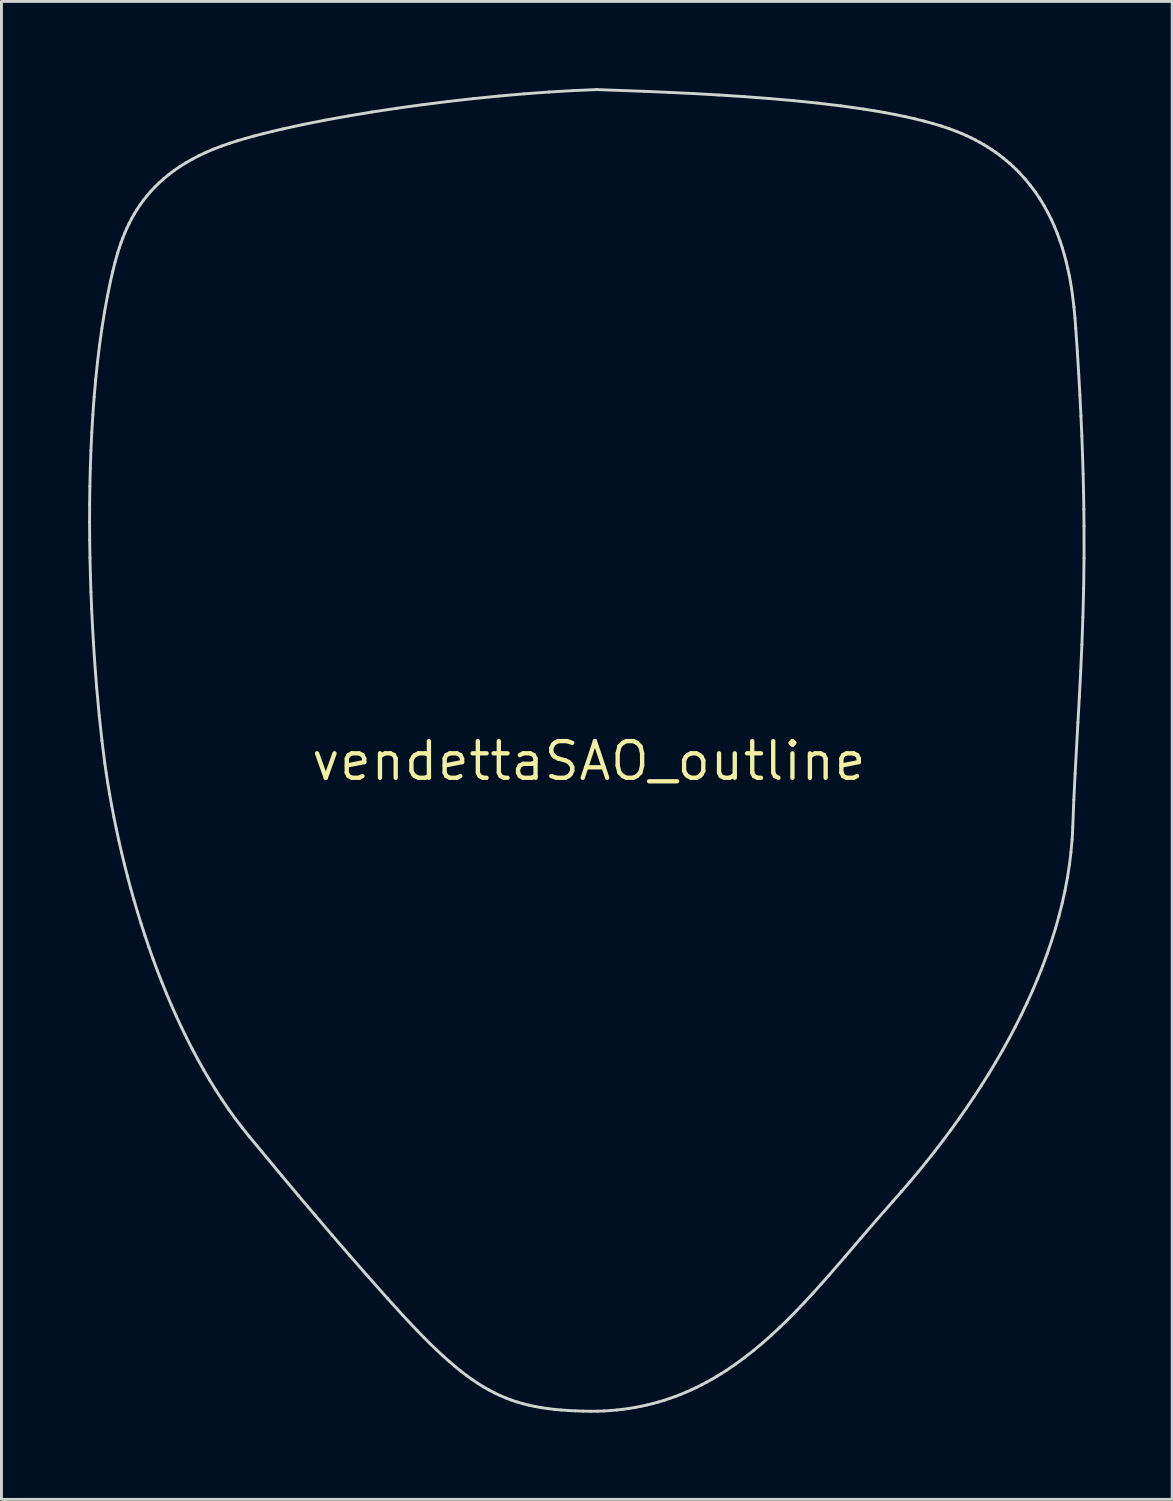
<source format=kicad_pcb>
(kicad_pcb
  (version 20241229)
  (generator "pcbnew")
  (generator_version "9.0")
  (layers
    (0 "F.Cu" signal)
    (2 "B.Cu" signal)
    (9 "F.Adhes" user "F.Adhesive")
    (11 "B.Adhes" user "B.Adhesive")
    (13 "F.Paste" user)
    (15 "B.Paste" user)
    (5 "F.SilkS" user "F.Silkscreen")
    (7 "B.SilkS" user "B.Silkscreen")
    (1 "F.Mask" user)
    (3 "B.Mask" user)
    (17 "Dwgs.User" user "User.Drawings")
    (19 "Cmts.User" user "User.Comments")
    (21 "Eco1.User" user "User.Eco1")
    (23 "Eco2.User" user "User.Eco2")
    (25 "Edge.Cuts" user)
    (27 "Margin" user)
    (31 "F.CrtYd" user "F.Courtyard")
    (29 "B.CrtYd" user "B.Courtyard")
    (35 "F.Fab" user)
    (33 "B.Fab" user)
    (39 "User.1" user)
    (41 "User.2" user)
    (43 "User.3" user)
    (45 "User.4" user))
  (footprint "vendettaSAO_outline"
    (layer "F.Cu")
    (at 17.325 23.284)
    (property "Reference" "vendettaSAO_outline" (at 0 0 0) (layer "F.SilkS") (effects (font (size 1.27 1.27) (thickness 0.15))))
    (attr through_hole)
    (fp_line (start -17.275 -8.264) (end -17.271 -7.649) (stroke (width 0.1) (type solid)) (layer "Edge.Cuts"))
    (fp_line (start -17.273 -8.883) (end -17.275 -8.264) (stroke (width 0.1) (type solid)) (layer "Edge.Cuts"))
    (fp_line (start -17.271 -7.649) (end -17.262 -7.04) (stroke (width 0.1) (type solid)) (layer "Edge.Cuts"))
    (fp_line (start -17.265 -9.504) (end -17.273 -8.883) (stroke (width 0.1) (type solid)) (layer "Edge.Cuts"))
    (fp_line (start -17.262 -7.04) (end -17.247 -6.437) (stroke (width 0.1) (type solid)) (layer "Edge.Cuts"))
    (fp_line (start -17.25 -10.126) (end -17.265 -9.504) (stroke (width 0.1) (type solid)) (layer "Edge.Cuts"))
    (fp_line (start -17.247 -6.437) (end -17.228 -5.843) (stroke (width 0.1) (type solid)) (layer "Edge.Cuts"))
    (fp_line (start -17.228 -10.749) (end -17.25 -10.126) (stroke (width 0.1) (type solid)) (layer "Edge.Cuts"))
    (fp_line (start -17.228 -5.843) (end -17.204 -5.26) (stroke (width 0.1) (type solid)) (layer "Edge.Cuts"))
    (fp_line (start -17.204 -5.26) (end -17.176 -4.687) (stroke (width 0.1) (type solid)) (layer "Edge.Cuts"))
    (fp_line (start -17.199 -11.369) (end -17.228 -10.749) (stroke (width 0.1) (type solid)) (layer "Edge.Cuts"))
    (fp_line (start -17.176 -4.687) (end -17.144 -4.128) (stroke (width 0.1) (type solid)) (layer "Edge.Cuts"))
    (fp_line (start -17.162 -11.985) (end -17.199 -11.369) (stroke (width 0.1) (type solid)) (layer "Edge.Cuts"))
    (fp_line (start -17.144 -4.128) (end -17.109 -3.583) (stroke (width 0.1) (type solid)) (layer "Edge.Cuts"))
    (fp_line (start -17.117 -12.597) (end -17.162 -11.985) (stroke (width 0.1) (type solid)) (layer "Edge.Cuts"))
    (fp_line (start -17.109 -3.583) (end -17.071 -3.054) (stroke (width 0.1) (type solid)) (layer "Edge.Cuts"))
    (fp_line (start -17.071 -3.054) (end -17.03 -2.543) (stroke (width 0.1) (type solid)) (layer "Edge.Cuts"))
    (fp_line (start -17.064 -13.202) (end -17.117 -12.597) (stroke (width 0.1) (type solid)) (layer "Edge.Cuts"))
    (fp_line (start -17.03 -2.543) (end -16.942 -1.578) (stroke (width 0.1) (type solid)) (layer "Edge.Cuts"))
    (fp_line (start -17.002 -13.8) (end -17.064 -13.202) (stroke (width 0.1) (type solid)) (layer "Edge.Cuts"))
    (fp_line (start -16.942 -1.578) (end -16.847 -0.701) (stroke (width 0.1) (type solid)) (layer "Edge.Cuts"))
    (fp_line (start -16.931 -14.388) (end -17.002 -13.8) (stroke (width 0.1) (type solid)) (layer "Edge.Cuts"))
    (fp_line (start -16.85 -14.965) (end -16.931 -14.388) (stroke (width 0.1) (type solid)) (layer "Edge.Cuts"))
    (fp_line (start -16.847 -0.701) (end -16.749 0.076) (stroke (width 0.1) (type solid)) (layer "Edge.Cuts"))
    (fp_line (start -16.76 -15.53) (end -16.85 -14.965) (stroke (width 0.1) (type solid)) (layer "Edge.Cuts"))
    (fp_line (start -16.749 0.076) (end -16.699 0.423) (stroke (width 0.1) (type solid)) (layer "Edge.Cuts"))
    (fp_line (start -16.699 0.423) (end -16.65 0.742) (stroke (width 0.1) (type solid)) (layer "Edge.Cuts"))
    (fp_line (start -16.659 -16.081) (end -16.76 -15.53) (stroke (width 0.1) (type solid)) (layer "Edge.Cuts"))
    (fp_line (start -16.65 0.742) (end -16.583 1.138) (stroke (width 0.1) (type solid)) (layer "Edge.Cuts"))
    (fp_line (start -16.583 1.138) (end -16.511 1.538) (stroke (width 0.1) (type solid)) (layer "Edge.Cuts"))
    (fp_line (start -16.548 -16.617) (end -16.659 -16.081) (stroke (width 0.1) (type solid)) (layer "Edge.Cuts"))
    (fp_line (start -16.511 1.538) (end -16.434 1.941) (stroke (width 0.1) (type solid)) (layer "Edge.Cuts"))
    (fp_line (start -16.474 -16.939) (end -16.548 -16.617) (stroke (width 0.1) (type solid)) (layer "Edge.Cuts"))
    (fp_line (start -16.434 1.941) (end -16.351 2.346) (stroke (width 0.1) (type solid)) (layer "Edge.Cuts"))
    (fp_line (start -16.392 -17.267) (end -16.474 -16.939) (stroke (width 0.1) (type solid)) (layer "Edge.Cuts"))
    (fp_line (start -16.351 2.346) (end -16.263 2.754) (stroke (width 0.1) (type solid)) (layer "Edge.Cuts"))
    (fp_line (start -16.298 -17.599) (end -16.392 -17.267) (stroke (width 0.1) (type solid)) (layer "Edge.Cuts"))
    (fp_line (start -16.263 2.754) (end -16.169 3.163) (stroke (width 0.1) (type solid)) (layer "Edge.Cuts"))
    (fp_line (start -16.245 -17.765) (end -16.298 -17.599) (stroke (width 0.1) (type solid)) (layer "Edge.Cuts"))
    (fp_line (start -16.188 -17.932) (end -16.245 -17.765) (stroke (width 0.1) (type solid)) (layer "Edge.Cuts"))
    (fp_line (start -16.169 3.163) (end -16.07 3.573) (stroke (width 0.1) (type solid)) (layer "Edge.Cuts"))
    (fp_line (start -16.126 -18.099) (end -16.188 -17.932) (stroke (width 0.1) (type solid)) (layer "Edge.Cuts"))
    (fp_line (start -16.07 3.573) (end -15.966 3.985) (stroke (width 0.1) (type solid)) (layer "Edge.Cuts"))
    (fp_line (start -16.059 -18.266) (end -16.126 -18.099) (stroke (width 0.1) (type solid)) (layer "Edge.Cuts"))
    (fp_line (start -15.987 -18.432) (end -16.059 -18.266) (stroke (width 0.1) (type solid)) (layer "Edge.Cuts"))
    (fp_line (start -15.966 3.985) (end -15.856 4.396) (stroke (width 0.1) (type solid)) (layer "Edge.Cuts"))
    (fp_line (start -15.908 -18.598) (end -15.987 -18.432) (stroke (width 0.1) (type solid)) (layer "Edge.Cuts"))
    (fp_line (start -15.856 4.396) (end -15.74 4.808) (stroke (width 0.1) (type solid)) (layer "Edge.Cuts"))
    (fp_line (start -15.824 -18.762) (end -15.908 -18.598) (stroke (width 0.1) (type solid)) (layer "Edge.Cuts"))
    (fp_line (start -15.74 4.808) (end -15.619 5.219) (stroke (width 0.1) (type solid)) (layer "Edge.Cuts"))
    (fp_line (start -15.732 -18.925) (end -15.824 -18.762) (stroke (width 0.1) (type solid)) (layer "Edge.Cuts"))
    (fp_line (start -15.633 -19.087) (end -15.732 -18.925) (stroke (width 0.1) (type solid)) (layer "Edge.Cuts"))
    (fp_line (start -15.619 5.219) (end -15.492 5.629) (stroke (width 0.1) (type solid)) (layer "Edge.Cuts"))
    (fp_line (start -15.526 -19.247) (end -15.633 -19.087) (stroke (width 0.1) (type solid)) (layer "Edge.Cuts"))
    (fp_line (start -15.492 5.629) (end -15.36 6.038) (stroke (width 0.1) (type solid)) (layer "Edge.Cuts"))
    (fp_line (start -15.411 -19.405) (end -15.526 -19.247) (stroke (width 0.1) (type solid)) (layer "Edge.Cuts"))
    (fp_line (start -15.36 6.038) (end -15.222 6.445) (stroke (width 0.1) (type solid)) (layer "Edge.Cuts"))
    (fp_line (start -15.288 -19.561) (end -15.411 -19.405) (stroke (width 0.1) (type solid)) (layer "Edge.Cuts"))
    (fp_line (start -15.222 6.445) (end -15.079 6.851) (stroke (width 0.1) (type solid)) (layer "Edge.Cuts"))
    (fp_line (start -15.156 -19.715) (end -15.288 -19.561) (stroke (width 0.1) (type solid)) (layer "Edge.Cuts"))
    (fp_line (start -15.079 6.851) (end -14.93 7.253) (stroke (width 0.1) (type solid)) (layer "Edge.Cuts"))
    (fp_line (start -15.014 -19.865) (end -15.156 -19.715) (stroke (width 0.1) (type solid)) (layer "Edge.Cuts"))
    (fp_line (start -14.93 7.253) (end -14.775 7.652) (stroke (width 0.1) (type solid)) (layer "Edge.Cuts"))
    (fp_line (start -14.863 -20.013) (end -15.014 -19.865) (stroke (width 0.1) (type solid)) (layer "Edge.Cuts"))
    (fp_line (start -14.775 7.652) (end -14.614 8.048) (stroke (width 0.1) (type solid)) (layer "Edge.Cuts"))
    (fp_line (start -14.701 -20.158) (end -14.863 -20.013) (stroke (width 0.1) (type solid)) (layer "Edge.Cuts"))
    (fp_line (start -14.614 8.048) (end -14.448 8.44) (stroke (width 0.1) (type solid)) (layer "Edge.Cuts"))
    (fp_line (start -14.529 -20.299) (end -14.701 -20.158) (stroke (width 0.1) (type solid)) (layer "Edge.Cuts"))
    (fp_line (start -14.448 8.44) (end -14.276 8.828) (stroke (width 0.1) (type solid)) (layer "Edge.Cuts"))
    (fp_line (start -14.345 -20.437) (end -14.529 -20.299) (stroke (width 0.1) (type solid)) (layer "Edge.Cuts"))
    (fp_line (start -14.276 8.828) (end -14.098 9.211) (stroke (width 0.1) (type solid)) (layer "Edge.Cuts"))
    (fp_line (start -14.15 -20.571) (end -14.345 -20.437) (stroke (width 0.1) (type solid)) (layer "Edge.Cuts"))
    (fp_line (start -14.098 9.211) (end -13.914 9.589) (stroke (width 0.1) (type solid)) (layer "Edge.Cuts"))
    (fp_line (start -13.943 -20.7) (end -14.15 -20.571) (stroke (width 0.1) (type solid)) (layer "Edge.Cuts"))
    (fp_line (start -13.914 9.589) (end -13.725 9.961) (stroke (width 0.1) (type solid)) (layer "Edge.Cuts"))
    (fp_line (start -13.725 9.961) (end -13.53 10.327) (stroke (width 0.1) (type solid)) (layer "Edge.Cuts"))
    (fp_line (start -13.724 -20.825) (end -13.943 -20.7) (stroke (width 0.1) (type solid)) (layer "Edge.Cuts"))
    (fp_line (start -13.53 10.327) (end -13.328 10.687) (stroke (width 0.1) (type solid)) (layer "Edge.Cuts"))
    (fp_line (start -13.492 -20.946) (end -13.724 -20.825) (stroke (width 0.1) (type solid)) (layer "Edge.Cuts"))
    (fp_line (start -13.328 10.687) (end -13.121 11.04) (stroke (width 0.1) (type solid)) (layer "Edge.Cuts"))
    (fp_line (start -13.247 -21.062) (end -13.492 -20.946) (stroke (width 0.1) (type solid)) (layer "Edge.Cuts"))
    (fp_line (start -13.121 11.04) (end -12.908 11.385) (stroke (width 0.1) (type solid)) (layer "Edge.Cuts"))
    (fp_line (start -12.988 -21.172) (end -13.247 -21.062) (stroke (width 0.1) (type solid)) (layer "Edge.Cuts"))
    (fp_line (start -12.908 11.385) (end -12.689 11.723) (stroke (width 0.1) (type solid)) (layer "Edge.Cuts"))
    (fp_line (start -12.715 -21.277) (end -12.988 -21.172) (stroke (width 0.1) (type solid)) (layer "Edge.Cuts"))
    (fp_line (start -12.689 11.723) (end -12.464 12.053) (stroke (width 0.1) (type solid)) (layer "Edge.Cuts"))
    (fp_line (start -12.464 12.053) (end -12.233 12.374) (stroke (width 0.1) (type solid)) (layer "Edge.Cuts"))
    (fp_line (start -12.427 -21.377) (end -12.715 -21.277) (stroke (width 0.1) (type solid)) (layer "Edge.Cuts"))
    (fp_line (start -12.233 12.374) (end -11.996 12.686) (stroke (width 0.1) (type solid)) (layer "Edge.Cuts"))
    (fp_line (start -12.162 -21.461) (end -12.427 -21.377) (stroke (width 0.1) (type solid)) (layer "Edge.Cuts"))
    (fp_line (start -11.996 12.686) (end -11.753 12.989) (stroke (width 0.1) (type solid)) (layer "Edge.Cuts"))
    (fp_line (start -11.881 -21.544) (end -12.162 -21.461) (stroke (width 0.1) (type solid)) (layer "Edge.Cuts"))
    (fp_line (start -11.753 12.989) (end -10.624 14.35) (stroke (width 0.1) (type solid)) (layer "Edge.Cuts"))
    (fp_line (start -11.583 -21.627) (end -11.881 -21.544) (stroke (width 0.1) (type solid)) (layer "Edge.Cuts"))
    (fp_line (start -11.27 -21.708) (end -11.583 -21.627) (stroke (width 0.1) (type solid)) (layer "Edge.Cuts"))
    (fp_line (start -10.943 -21.789) (end -11.27 -21.708) (stroke (width 0.1) (type solid)) (layer "Edge.Cuts"))
    (fp_line (start -10.624 14.35) (end -10.054 15.03) (stroke (width 0.1) (type solid)) (layer "Edge.Cuts"))
    (fp_line (start -10.603 -21.869) (end -10.943 -21.789) (stroke (width 0.1) (type solid)) (layer "Edge.Cuts"))
    (fp_line (start -10.054 15.03) (end -9.474 15.715) (stroke (width 0.1) (type solid)) (layer "Edge.Cuts"))
    (fp_line (start -9.885 -22.026) (end -10.603 -21.869) (stroke (width 0.1) (type solid)) (layer "Edge.Cuts"))
    (fp_line (start -9.474 15.715) (end -8.88 16.41) (stroke (width 0.1) (type solid)) (layer "Edge.Cuts"))
    (fp_line (start -9.123 -22.177) (end -9.885 -22.026) (stroke (width 0.1) (type solid)) (layer "Edge.Cuts"))
    (fp_line (start -8.88 16.41) (end -8.267 17.12) (stroke (width 0.1) (type solid)) (layer "Edge.Cuts"))
    (fp_line (start -8.323 -22.321) (end -9.123 -22.177) (stroke (width 0.1) (type solid)) (layer "Edge.Cuts"))
    (fp_line (start -8.267 17.12) (end -7.63 17.847) (stroke (width 0.1) (type solid)) (layer "Edge.Cuts"))
    (fp_line (start -7.63 17.847) (end -6.965 18.598) (stroke (width 0.1) (type solid)) (layer "Edge.Cuts"))
    (fp_line (start -7.493 -22.459) (end -8.323 -22.321) (stroke (width 0.1) (type solid)) (layer "Edge.Cuts"))
    (fp_line (start -6.965 18.598) (end -6.436 19.181) (stroke (width 0.1) (type solid)) (layer "Edge.Cuts"))
    (fp_line (start -6.639 -22.589) (end -7.493 -22.459) (stroke (width 0.1) (type solid)) (layer "Edge.Cuts"))
    (fp_line (start -6.436 19.181) (end -5.944 19.704) (stroke (width 0.1) (type solid)) (layer "Edge.Cuts"))
    (fp_line (start -5.944 19.704) (end -5.71 19.944) (stroke (width 0.1) (type solid)) (layer "Edge.Cuts"))
    (fp_line (start -5.767 -22.709) (end -6.639 -22.589) (stroke (width 0.1) (type solid)) (layer "Edge.Cuts"))
    (fp_line (start -5.71 19.944) (end -5.483 20.171) (stroke (width 0.1) (type solid)) (layer "Edge.Cuts"))
    (fp_line (start -5.483 20.171) (end -5.262 20.384) (stroke (width 0.1) (type solid)) (layer "Edge.Cuts"))
    (fp_line (start -5.262 20.384) (end -5.047 20.584) (stroke (width 0.1) (type solid)) (layer "Edge.Cuts"))
    (fp_line (start -5.047 20.584) (end -4.837 20.771) (stroke (width 0.1) (type solid)) (layer "Edge.Cuts"))
    (fp_line (start -4.884 -22.82) (end -5.767 -22.709) (stroke (width 0.1) (type solid)) (layer "Edge.Cuts"))
    (fp_line (start -4.837 20.771) (end -4.632 20.946) (stroke (width 0.1) (type solid)) (layer "Edge.Cuts"))
    (fp_line (start -4.632 20.946) (end -4.43 21.11) (stroke (width 0.1) (type solid)) (layer "Edge.Cuts"))
    (fp_line (start -4.43 21.11) (end -4.232 21.262) (stroke (width 0.1) (type solid)) (layer "Edge.Cuts"))
    (fp_line (start -4.232 21.262) (end -4.036 21.403) (stroke (width 0.1) (type solid)) (layer "Edge.Cuts"))
    (fp_line (start -4.036 21.403) (end -3.842 21.533) (stroke (width 0.1) (type solid)) (layer "Edge.Cuts"))
    (fp_line (start -3.997 -22.921) (end -4.884 -22.82) (stroke (width 0.1) (type solid)) (layer "Edge.Cuts"))
    (fp_line (start -3.842 21.533) (end -3.649 21.653) (stroke (width 0.1) (type solid)) (layer "Edge.Cuts"))
    (fp_line (start -3.649 21.653) (end -3.457 21.763) (stroke (width 0.1) (type solid)) (layer "Edge.Cuts"))
    (fp_line (start -3.457 21.763) (end -3.265 21.863) (stroke (width 0.1) (type solid)) (layer "Edge.Cuts"))
    (fp_line (start -3.265 21.863) (end -3.071 21.955) (stroke (width 0.1) (type solid)) (layer "Edge.Cuts"))
    (fp_line (start -3.112 -23.01) (end -3.997 -22.921) (stroke (width 0.1) (type solid)) (layer "Edge.Cuts"))
    (fp_line (start -3.071 21.955) (end -2.877 22.038) (stroke (width 0.1) (type solid)) (layer "Edge.Cuts"))
    (fp_line (start -2.877 22.038) (end -2.681 22.112) (stroke (width 0.1) (type solid)) (layer "Edge.Cuts"))
    (fp_line (start -2.681 22.112) (end -2.481 22.179) (stroke (width 0.1) (type solid)) (layer "Edge.Cuts"))
    (fp_line (start -2.481 22.179) (end -2.279 22.238) (stroke (width 0.1) (type solid)) (layer "Edge.Cuts"))
    (fp_line (start -2.279 22.238) (end -2.072 22.29) (stroke (width 0.1) (type solid)) (layer "Edge.Cuts"))
    (fp_line (start -2.237 -23.087) (end -3.112 -23.01) (stroke (width 0.1) (type solid)) (layer "Edge.Cuts"))
    (fp_line (start -2.072 22.29) (end -1.861 22.335) (stroke (width 0.1) (type solid)) (layer "Edge.Cuts"))
    (fp_line (start -1.861 22.335) (end -1.645 22.374) (stroke (width 0.1) (type solid)) (layer "Edge.Cuts"))
    (fp_line (start -1.645 22.374) (end -1.422 22.407) (stroke (width 0.1) (type solid)) (layer "Edge.Cuts"))
    (fp_line (start -1.422 22.407) (end -1.193 22.434) (stroke (width 0.1) (type solid)) (layer "Edge.Cuts"))
    (fp_line (start -1.376 -23.15) (end -2.237 -23.087) (stroke (width 0.1) (type solid)) (layer "Edge.Cuts"))
    (fp_line (start -1.193 22.434) (end -0.957 22.456) (stroke (width 0.1) (type solid)) (layer "Edge.Cuts"))
    (fp_line (start -0.957 22.456) (end -0.713 22.473) (stroke (width 0.1) (type solid)) (layer "Edge.Cuts"))
    (fp_line (start -0.713 22.473) (end -0.46 22.486) (stroke (width 0.1) (type solid)) (layer "Edge.Cuts"))
    (fp_line (start -0.538 -23.199) (end -1.376 -23.15) (stroke (width 0.1) (type solid)) (layer "Edge.Cuts"))
    (fp_line (start -0.46 22.486) (end -0.198 22.495) (stroke (width 0.1) (type solid)) (layer "Edge.Cuts"))
    (fp_line (start -0.198 22.495) (end 0.074 22.5) (stroke (width 0.1) (type solid)) (layer "Edge.Cuts"))
    (fp_line (start 0.074 22.5) (end 0.303 22.497) (stroke (width 0.1) (type solid)) (layer "Edge.Cuts"))
    (fp_line (start 0.272 -23.234) (end -0.538 -23.199) (stroke (width 0.1) (type solid)) (layer "Edge.Cuts"))
    (fp_line (start 0.272 -23.234) (end 0.272 -23.234) (stroke (width 0.1) (type solid)) (layer "Edge.Cuts"))
    (fp_line (start 0.272 -23.234) (end 0.272 -23.234) (stroke (width 0.1) (type solid)) (layer "Edge.Cuts"))
    (fp_line (start 0.303 22.497) (end 0.529 22.489) (stroke (width 0.1) (type solid)) (layer "Edge.Cuts"))
    (fp_line (start 0.529 22.489) (end 0.752 22.475) (stroke (width 0.1) (type solid)) (layer "Edge.Cuts"))
    (fp_line (start 0.752 22.475) (end 0.971 22.455) (stroke (width 0.1) (type solid)) (layer "Edge.Cuts"))
    (fp_line (start 0.971 22.455) (end 1.187 22.431) (stroke (width 0.1) (type solid)) (layer "Edge.Cuts"))
    (fp_line (start 1.187 22.431) (end 1.4 22.401) (stroke (width 0.1) (type solid)) (layer "Edge.Cuts"))
    (fp_line (start 1.4 22.401) (end 1.609 22.366) (stroke (width 0.1) (type solid)) (layer "Edge.Cuts"))
    (fp_line (start 1.609 22.366) (end 1.815 22.326) (stroke (width 0.1) (type solid)) (layer "Edge.Cuts"))
    (fp_line (start 1.815 22.326) (end 2.019 22.281) (stroke (width 0.1) (type solid)) (layer "Edge.Cuts"))
    (fp_line (start 1.911 -23.174) (end 0.272 -23.234) (stroke (width 0.1) (type solid)) (layer "Edge.Cuts"))
    (fp_line (start 2.019 22.281) (end 2.219 22.232) (stroke (width 0.1) (type solid)) (layer "Edge.Cuts"))
    (fp_line (start 2.219 22.232) (end 2.417 22.178) (stroke (width 0.1) (type solid)) (layer "Edge.Cuts"))
    (fp_line (start 2.417 22.178) (end 2.611 22.119) (stroke (width 0.1) (type solid)) (layer "Edge.Cuts"))
    (fp_line (start 2.611 22.119) (end 2.803 22.055) (stroke (width 0.1) (type solid)) (layer "Edge.Cuts"))
    (fp_line (start 2.762 -23.138) (end 1.911 -23.174) (stroke (width 0.1) (type solid)) (layer "Edge.Cuts"))
    (fp_line (start 2.803 22.055) (end 2.993 21.988) (stroke (width 0.1) (type solid)) (layer "Edge.Cuts"))
    (fp_line (start 2.993 21.988) (end 3.179 21.916) (stroke (width 0.1) (type solid)) (layer "Edge.Cuts"))
    (fp_line (start 3.179 21.916) (end 3.363 21.839) (stroke (width 0.1) (type solid)) (layer "Edge.Cuts"))
    (fp_line (start 3.363 21.839) (end 3.545 21.759) (stroke (width 0.1) (type solid)) (layer "Edge.Cuts"))
    (fp_line (start 3.545 21.759) (end 3.724 21.675) (stroke (width 0.1) (type solid)) (layer "Edge.Cuts"))
    (fp_line (start 3.626 -23.096) (end 2.762 -23.138) (stroke (width 0.1) (type solid)) (layer "Edge.Cuts"))
    (fp_line (start 3.724 21.675) (end 3.901 21.586) (stroke (width 0.1) (type solid)) (layer "Edge.Cuts"))
    (fp_line (start 3.901 21.586) (end 4.075 21.495) (stroke (width 0.1) (type solid)) (layer "Edge.Cuts"))
    (fp_line (start 4.075 21.495) (end 4.248 21.399) (stroke (width 0.1) (type solid)) (layer "Edge.Cuts"))
    (fp_line (start 4.248 21.399) (end 4.418 21.3) (stroke (width 0.1) (type solid)) (layer "Edge.Cuts"))
    (fp_line (start 4.418 21.3) (end 4.586 21.197) (stroke (width 0.1) (type solid)) (layer "Edge.Cuts"))
    (fp_line (start 4.495 -23.047) (end 3.626 -23.096) (stroke (width 0.1) (type solid)) (layer "Edge.Cuts"))
    (fp_line (start 4.586 21.197) (end 4.752 21.091) (stroke (width 0.1) (type solid)) (layer "Edge.Cuts"))
    (fp_line (start 4.752 21.091) (end 5.078 20.869) (stroke (width 0.1) (type solid)) (layer "Edge.Cuts"))
    (fp_line (start 5.078 20.869) (end 5.397 20.635) (stroke (width 0.1) (type solid)) (layer "Edge.Cuts"))
    (fp_line (start 5.366 -22.991) (end 4.495 -23.047) (stroke (width 0.1) (type solid)) (layer "Edge.Cuts"))
    (fp_line (start 5.397 20.635) (end 5.71 20.389) (stroke (width 0.1) (type solid)) (layer "Edge.Cuts"))
    (fp_line (start 5.71 20.389) (end 6.016 20.133) (stroke (width 0.1) (type solid)) (layer "Edge.Cuts"))
    (fp_line (start 6.016 20.133) (end 6.317 19.867) (stroke (width 0.1) (type solid)) (layer "Edge.Cuts"))
    (fp_line (start 6.23 -22.926) (end 5.366 -22.991) (stroke (width 0.1) (type solid)) (layer "Edge.Cuts"))
    (fp_line (start 6.317 19.867) (end 6.612 19.591) (stroke (width 0.1) (type solid)) (layer "Edge.Cuts"))
    (fp_line (start 6.612 19.591) (end 6.903 19.308) (stroke (width 0.1) (type solid)) (layer "Edge.Cuts"))
    (fp_line (start 6.903 19.308) (end 7.19 19.017) (stroke (width 0.1) (type solid)) (layer "Edge.Cuts"))
    (fp_line (start 7.082 -22.852) (end 6.23 -22.926) (stroke (width 0.1) (type solid)) (layer "Edge.Cuts"))
    (fp_line (start 7.19 19.017) (end 7.474 18.719) (stroke (width 0.1) (type solid)) (layer "Edge.Cuts"))
    (fp_line (start 7.474 18.719) (end 7.755 18.415) (stroke (width 0.1) (type solid)) (layer "Edge.Cuts"))
    (fp_line (start 7.755 18.415) (end 8.033 18.106) (stroke (width 0.1) (type solid)) (layer "Edge.Cuts"))
    (fp_line (start 7.916 -22.767) (end 7.082 -22.852) (stroke (width 0.1) (type solid)) (layer "Edge.Cuts"))
    (fp_line (start 8.033 18.106) (end 8.31 17.794) (stroke (width 0.1) (type solid)) (layer "Edge.Cuts"))
    (fp_line (start 8.31 17.794) (end 8.86 17.158) (stroke (width 0.1) (type solid)) (layer "Edge.Cuts"))
    (fp_line (start 8.725 -22.67) (end 7.916 -22.767) (stroke (width 0.1) (type solid)) (layer "Edge.Cuts"))
    (fp_line (start 8.86 17.158) (end 9.409 16.516) (stroke (width 0.1) (type solid)) (layer "Edge.Cuts"))
    (fp_line (start 9.119 -22.616) (end 8.725 -22.67) (stroke (width 0.1) (type solid)) (layer "Edge.Cuts"))
    (fp_line (start 9.409 16.516) (end 9.962 15.873) (stroke (width 0.1) (type solid)) (layer "Edge.Cuts"))
    (fp_line (start 9.504 -22.56) (end 9.119 -22.616) (stroke (width 0.1) (type solid)) (layer "Edge.Cuts"))
    (fp_line (start 9.881 -22.5) (end 9.504 -22.56) (stroke (width 0.1) (type solid)) (layer "Edge.Cuts"))
    (fp_line (start 9.962 15.873) (end 10.523 15.235) (stroke (width 0.1) (type solid)) (layer "Edge.Cuts"))
    (fp_line (start 10.247 -22.437) (end 9.881 -22.5) (stroke (width 0.1) (type solid)) (layer "Edge.Cuts"))
    (fp_line (start 10.523 15.235) (end 10.817 14.901) (stroke (width 0.1) (type solid)) (layer "Edge.Cuts"))
    (fp_line (start 10.602 -22.369) (end 10.247 -22.437) (stroke (width 0.1) (type solid)) (layer "Edge.Cuts"))
    (fp_line (start 10.817 14.901) (end 11.109 14.562) (stroke (width 0.1) (type solid)) (layer "Edge.Cuts"))
    (fp_line (start 10.947 -22.298) (end 10.602 -22.369) (stroke (width 0.1) (type solid)) (layer "Edge.Cuts"))
    (fp_line (start 11.109 14.562) (end 11.399 14.215) (stroke (width 0.1) (type solid)) (layer "Edge.Cuts"))
    (fp_line (start 11.278 -22.223) (end 10.947 -22.298) (stroke (width 0.1) (type solid)) (layer "Edge.Cuts"))
    (fp_line (start 11.399 14.215) (end 11.686 13.862) (stroke (width 0.1) (type solid)) (layer "Edge.Cuts"))
    (fp_line (start 11.598 -22.144) (end 11.278 -22.223) (stroke (width 0.1) (type solid)) (layer "Edge.Cuts"))
    (fp_line (start 11.686 13.862) (end 11.971 13.503) (stroke (width 0.1) (type solid)) (layer "Edge.Cuts"))
    (fp_line (start 11.903 -22.061) (end 11.598 -22.144) (stroke (width 0.1) (type solid)) (layer "Edge.Cuts"))
    (fp_line (start 11.971 13.503) (end 12.251 13.138) (stroke (width 0.1) (type solid)) (layer "Edge.Cuts"))
    (fp_line (start 12.193 -21.974) (end 11.903 -22.061) (stroke (width 0.1) (type solid)) (layer "Edge.Cuts"))
    (fp_line (start 12.251 13.138) (end 12.527 12.767) (stroke (width 0.1) (type solid)) (layer "Edge.Cuts"))
    (fp_line (start 12.469 -21.882) (end 12.193 -21.974) (stroke (width 0.1) (type solid)) (layer "Edge.Cuts"))
    (fp_line (start 12.527 12.767) (end 12.799 12.39) (stroke (width 0.1) (type solid)) (layer "Edge.Cuts"))
    (fp_line (start 12.728 -21.785) (end 12.469 -21.882) (stroke (width 0.1) (type solid)) (layer "Edge.Cuts"))
    (fp_line (start 12.799 12.39) (end 13.066 12.008) (stroke (width 0.1) (type solid)) (layer "Edge.Cuts"))
    (fp_line (start 12.897 -21.716) (end 12.728 -21.785) (stroke (width 0.1) (type solid)) (layer "Edge.Cuts"))
    (fp_line (start 13.061 -21.644) (end 12.897 -21.716) (stroke (width 0.1) (type solid)) (layer "Edge.Cuts"))
    (fp_line (start 13.066 12.008) (end 13.327 11.621) (stroke (width 0.1) (type solid)) (layer "Edge.Cuts"))
    (fp_line (start 13.22 -21.569) (end 13.061 -21.644) (stroke (width 0.1) (type solid)) (layer "Edge.Cuts"))
    (fp_line (start 13.327 11.621) (end 13.582 11.23) (stroke (width 0.1) (type solid)) (layer "Edge.Cuts"))
    (fp_line (start 13.375 -21.491) (end 13.22 -21.569) (stroke (width 0.1) (type solid)) (layer "Edge.Cuts"))
    (fp_line (start 13.525 -21.41) (end 13.375 -21.491) (stroke (width 0.1) (type solid)) (layer "Edge.Cuts"))
    (fp_line (start 13.582 11.23) (end 13.831 10.834) (stroke (width 0.1) (type solid)) (layer "Edge.Cuts"))
    (fp_line (start 13.671 -21.326) (end 13.525 -21.41) (stroke (width 0.1) (type solid)) (layer "Edge.Cuts"))
    (fp_line (start 13.812 -21.24) (end 13.671 -21.326) (stroke (width 0.1) (type solid)) (layer "Edge.Cuts"))
    (fp_line (start 13.831 10.834) (end 14.072 10.433) (stroke (width 0.1) (type solid)) (layer "Edge.Cuts"))
    (fp_line (start 13.949 -21.151) (end 13.812 -21.24) (stroke (width 0.1) (type solid)) (layer "Edge.Cuts"))
    (fp_line (start 14.072 10.433) (end 14.307 10.028) (stroke (width 0.1) (type solid)) (layer "Edge.Cuts"))
    (fp_line (start 14.082 -21.059) (end 13.949 -21.151) (stroke (width 0.1) (type solid)) (layer "Edge.Cuts"))
    (fp_line (start 14.21 -20.966) (end 14.082 -21.059) (stroke (width 0.1) (type solid)) (layer "Edge.Cuts"))
    (fp_line (start 14.307 10.028) (end 14.534 9.619) (stroke (width 0.1) (type solid)) (layer "Edge.Cuts"))
    (fp_line (start 14.335 -20.87) (end 14.21 -20.966) (stroke (width 0.1) (type solid)) (layer "Edge.Cuts"))
    (fp_line (start 14.455 -20.771) (end 14.335 -20.87) (stroke (width 0.1) (type solid)) (layer "Edge.Cuts"))
    (fp_line (start 14.534 9.619) (end 14.752 9.206) (stroke (width 0.1) (type solid)) (layer "Edge.Cuts"))
    (fp_line (start 14.571 -20.671) (end 14.455 -20.771) (stroke (width 0.1) (type solid)) (layer "Edge.Cuts"))
    (fp_line (start 14.683 -20.569) (end 14.571 -20.671) (stroke (width 0.1) (type solid)) (layer "Edge.Cuts"))
    (fp_line (start 14.752 9.206) (end 14.961 8.79) (stroke (width 0.1) (type solid)) (layer "Edge.Cuts"))
    (fp_line (start 14.792 -20.465) (end 14.683 -20.569) (stroke (width 0.1) (type solid)) (layer "Edge.Cuts"))
    (fp_line (start 14.896 -20.359) (end 14.792 -20.465) (stroke (width 0.1) (type solid)) (layer "Edge.Cuts"))
    (fp_line (start 14.961 8.79) (end 15.162 8.37) (stroke (width 0.1) (type solid)) (layer "Edge.Cuts"))
    (fp_line (start 15.095 -20.142) (end 14.896 -20.359) (stroke (width 0.1) (type solid)) (layer "Edge.Cuts"))
    (fp_line (start 15.162 8.37) (end 15.353 7.948) (stroke (width 0.1) (type solid)) (layer "Edge.Cuts"))
    (fp_line (start 15.278 -19.919) (end 15.095 -20.142) (stroke (width 0.1) (type solid)) (layer "Edge.Cuts"))
    (fp_line (start 15.353 7.948) (end 15.533 7.522) (stroke (width 0.1) (type solid)) (layer "Edge.Cuts"))
    (fp_line (start 15.449 -19.691) (end 15.278 -19.919) (stroke (width 0.1) (type solid)) (layer "Edge.Cuts"))
    (fp_line (start 15.533 7.522) (end 15.704 7.094) (stroke (width 0.1) (type solid)) (layer "Edge.Cuts"))
    (fp_line (start 15.605 -19.458) (end 15.449 -19.691) (stroke (width 0.1) (type solid)) (layer "Edge.Cuts"))
    (fp_line (start 15.704 7.094) (end 15.863 6.663) (stroke (width 0.1) (type solid)) (layer "Edge.Cuts"))
    (fp_line (start 15.75 -19.221) (end 15.605 -19.458) (stroke (width 0.1) (type solid)) (layer "Edge.Cuts"))
    (fp_line (start 15.863 6.663) (end 16.01 6.231) (stroke (width 0.1) (type solid)) (layer "Edge.Cuts"))
    (fp_line (start 15.882 -18.981) (end 15.75 -19.221) (stroke (width 0.1) (type solid)) (layer "Edge.Cuts"))
    (fp_line (start 16.003 -18.739) (end 15.882 -18.981) (stroke (width 0.1) (type solid)) (layer "Edge.Cuts"))
    (fp_line (start 16.01 6.231) (end 16.146 5.796) (stroke (width 0.1) (type solid)) (layer "Edge.Cuts"))
    (fp_line (start 16.113 -18.495) (end 16.003 -18.739) (stroke (width 0.1) (type solid)) (layer "Edge.Cuts"))
    (fp_line (start 16.146 5.796) (end 16.269 5.36) (stroke (width 0.1) (type solid)) (layer "Edge.Cuts"))
    (fp_line (start 16.212 -18.251) (end 16.113 -18.495) (stroke (width 0.1) (type solid)) (layer "Edge.Cuts"))
    (fp_line (start 16.269 5.36) (end 16.38 4.921) (stroke (width 0.1) (type solid)) (layer "Edge.Cuts"))
    (fp_line (start 16.302 -18.006) (end 16.212 -18.251) (stroke (width 0.1) (type solid)) (layer "Edge.Cuts"))
    (fp_line (start 16.38 4.921) (end 16.477 4.482) (stroke (width 0.1) (type solid)) (layer "Edge.Cuts"))
    (fp_line (start 16.383 -17.762) (end 16.302 -18.006) (stroke (width 0.1) (type solid)) (layer "Edge.Cuts"))
    (fp_line (start 16.454 -17.519) (end 16.383 -17.762) (stroke (width 0.1) (type solid)) (layer "Edge.Cuts"))
    (fp_line (start 16.477 4.482) (end 16.56 4.042) (stroke (width 0.1) (type solid)) (layer "Edge.Cuts"))
    (fp_line (start 16.518 -17.278) (end 16.454 -17.519) (stroke (width 0.1) (type solid)) (layer "Edge.Cuts"))
    (fp_line (start 16.56 4.042) (end 16.629 3.6) (stroke (width 0.1) (type solid)) (layer "Edge.Cuts"))
    (fp_line (start 16.574 -17.04) (end 16.518 -17.278) (stroke (width 0.1) (type solid)) (layer "Edge.Cuts"))
    (fp_line (start 16.624 -16.806) (end 16.574 -17.04) (stroke (width 0.1) (type solid)) (layer "Edge.Cuts"))
    (fp_line (start 16.629 3.6) (end 16.683 3.158) (stroke (width 0.1) (type solid)) (layer "Edge.Cuts"))
    (fp_line (start 16.667 -16.576) (end 16.624 -16.806) (stroke (width 0.1) (type solid)) (layer "Edge.Cuts"))
    (fp_line (start 16.683 3.158) (end 16.723 2.716) (stroke (width 0.1) (type solid)) (layer "Edge.Cuts"))
    (fp_line (start 16.704 -16.351) (end 16.667 -16.576) (stroke (width 0.1) (type solid)) (layer "Edge.Cuts"))
    (fp_line (start 16.723 2.716) (end 16.736 2.495) (stroke (width 0.1) (type solid)) (layer "Edge.Cuts"))
    (fp_line (start 16.735 -16.132) (end 16.704 -16.351) (stroke (width 0.1) (type solid)) (layer "Edge.Cuts"))
    (fp_line (start 16.736 2.495) (end 16.746 2.273) (stroke (width 0.1) (type solid)) (layer "Edge.Cuts"))
    (fp_line (start 16.746 2.273) (end 16.783 1.34) (stroke (width 0.1) (type solid)) (layer "Edge.Cuts"))
    (fp_line (start 16.783 1.34) (end 16.827 0.435) (stroke (width 0.1) (type solid)) (layer "Edge.Cuts"))
    (fp_line (start 16.786 -15.715) (end 16.735 -16.132) (stroke (width 0.1) (type solid)) (layer "Edge.Cuts"))
    (fp_line (start 16.822 -15.33) (end 16.786 -15.715) (stroke (width 0.1) (type solid)) (layer "Edge.Cuts"))
    (fp_line (start 16.827 0.435) (end 16.924 -1.332) (stroke (width 0.1) (type solid)) (layer "Edge.Cuts"))
    (fp_line (start 16.848 -14.983) (end 16.822 -15.33) (stroke (width 0.1) (type solid)) (layer "Edge.Cuts"))
    (fp_line (start 16.903 -14.179) (end 16.848 -14.983) (stroke (width 0.1) (type solid)) (layer "Edge.Cuts"))
    (fp_line (start 16.924 -1.332) (end 16.974 -2.214) (stroke (width 0.1) (type solid)) (layer "Edge.Cuts"))
    (fp_line (start 16.951 -13.404) (end 16.903 -14.179) (stroke (width 0.1) (type solid)) (layer "Edge.Cuts"))
    (fp_line (start 16.974 -2.214) (end 17.02 -3.109) (stroke (width 0.1) (type solid)) (layer "Edge.Cuts"))
    (fp_line (start 16.993 -12.658) (end 16.951 -13.404) (stroke (width 0.1) (type solid)) (layer "Edge.Cuts"))
    (fp_line (start 17.02 -3.109) (end 17.062 -4.027) (stroke (width 0.1) (type solid)) (layer "Edge.Cuts"))
    (fp_line (start 17.029 -11.94) (end 16.993 -12.658) (stroke (width 0.1) (type solid)) (layer "Edge.Cuts"))
    (fp_line (start 17.06 -11.247) (end 17.029 -11.94) (stroke (width 0.1) (type solid)) (layer "Edge.Cuts"))
    (fp_line (start 17.062 -4.027) (end 17.096 -4.977) (stroke (width 0.1) (type solid)) (layer "Edge.Cuts"))
    (fp_line (start 17.084 -10.579) (end 17.06 -11.247) (stroke (width 0.1) (type solid)) (layer "Edge.Cuts"))
    (fp_line (start 17.096 -4.977) (end 17.122 -5.971) (stroke (width 0.1) (type solid)) (layer "Edge.Cuts"))
    (fp_line (start 17.104 -9.934) (end 17.084 -10.579) (stroke (width 0.1) (type solid)) (layer "Edge.Cuts"))
    (fp_line (start 17.119 -9.311) (end 17.104 -9.934) (stroke (width 0.1) (type solid)) (layer "Edge.Cuts"))
    (fp_line (start 17.122 -5.971) (end 17.136 -7.018) (stroke (width 0.1) (type solid)) (layer "Edge.Cuts"))
    (fp_line (start 17.129 -8.71) (end 17.119 -9.311) (stroke (width 0.1) (type solid)) (layer "Edge.Cuts"))
    (fp_line (start 17.135 -8.128) (end 17.129 -8.71) (stroke (width 0.1) (type solid)) (layer "Edge.Cuts"))
    (fp_line (start 17.136 -7.018) (end 17.135 -8.128) (stroke (width 0.1) (type solid)) (layer "Edge.Cuts")))
  (gr_rect
    (start -3 -3)
    (end 37.511 48.833)
    (stroke (width 0.1) (type default))
    (fill no)
    (layer "Edge.Cuts")))
</source>
